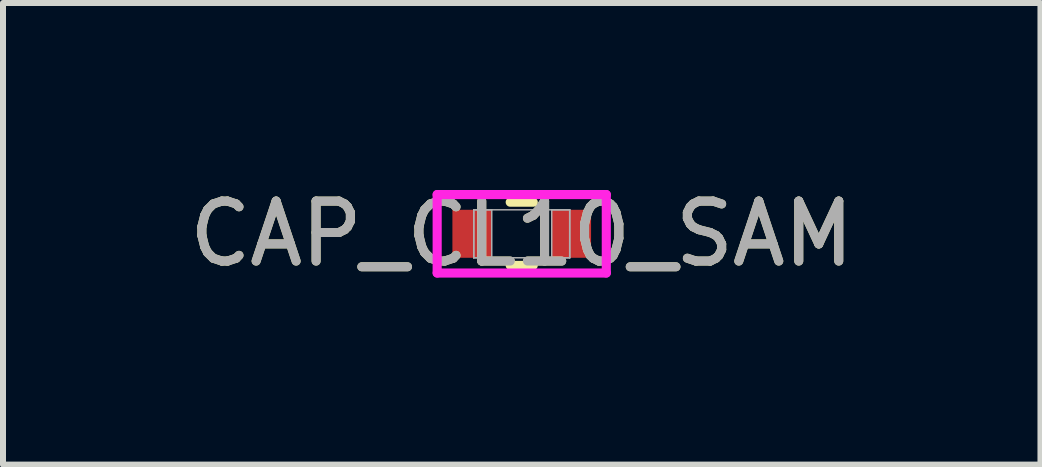
<source format=kicad_pcb>
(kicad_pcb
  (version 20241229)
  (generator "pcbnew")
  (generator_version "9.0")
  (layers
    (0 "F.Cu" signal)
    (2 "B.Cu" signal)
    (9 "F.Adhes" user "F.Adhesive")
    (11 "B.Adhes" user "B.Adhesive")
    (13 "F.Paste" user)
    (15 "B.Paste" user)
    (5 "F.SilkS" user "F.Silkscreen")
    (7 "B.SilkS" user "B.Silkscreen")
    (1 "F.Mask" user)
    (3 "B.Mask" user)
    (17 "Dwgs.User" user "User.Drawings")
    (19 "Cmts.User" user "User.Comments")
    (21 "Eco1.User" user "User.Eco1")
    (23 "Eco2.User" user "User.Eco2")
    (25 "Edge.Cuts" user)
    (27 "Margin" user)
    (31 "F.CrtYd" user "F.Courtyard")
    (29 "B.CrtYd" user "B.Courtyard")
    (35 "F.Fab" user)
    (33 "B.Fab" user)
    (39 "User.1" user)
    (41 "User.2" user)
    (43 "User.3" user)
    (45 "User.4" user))
  (footprint "CAP_CL10_SAM"
    (layer "F.Cu")
    (at 5.649 0.848)
    (property "Reference" "CAP_CL10_SAM" (at 0 0 0) (unlocked yes) (layer "F.SilkS") (effects (font (size 1 1) (thickness 0.15))))
    (attr smd)
    (fp_line (start -0.192 0.527) (end 0.192 0.527) (stroke (width 0.152) (type solid)) (layer "F.SilkS"))
    (fp_line (start 0.192 -0.527) (end -0.192 -0.527) (stroke (width 0.152) (type solid)) (layer "F.SilkS"))
    (fp_line (start -1.41 -0.654) (end 1.41 -0.654) (stroke (width 0.152) (type solid)) (layer "F.CrtYd"))
    (fp_line (start -1.41 0.654) (end -1.41 -0.654) (stroke (width 0.152) (type solid)) (layer "F.CrtYd"))
    (fp_line (start 1.41 -0.654) (end 1.41 0.654) (stroke (width 0.152) (type solid)) (layer "F.CrtYd"))
    (fp_line (start 1.41 0.654) (end -1.41 0.654) (stroke (width 0.152) (type solid)) (layer "F.CrtYd"))
    (fp_line (start -0.8 -0.4) (end -0.8 0.4) (stroke (width 0.025) (type solid)) (layer "F.Fab"))
    (fp_line (start -0.8 -0.4) (end -0.8 0.4) (stroke (width 0.025) (type solid)) (layer "F.Fab"))
    (fp_line (start -0.8 0.4) (end -0.5 0.4) (stroke (width 0.025) (type solid)) (layer "F.Fab"))
    (fp_line (start -0.8 0.4) (end 0.8 0.4) (stroke (width 0.025) (type solid)) (layer "F.Fab"))
    (fp_line (start -0.5 -0.4) (end -0.8 -0.4) (stroke (width 0.025) (type solid)) (layer "F.Fab"))
    (fp_line (start -0.5 0.4) (end -0.5 -0.4) (stroke (width 0.025) (type solid)) (layer "F.Fab"))
    (fp_line (start 0.5 -0.4) (end 0.5 0.4) (stroke (width 0.025) (type solid)) (layer "F.Fab"))
    (fp_line (start 0.5 0.4) (end 0.8 0.4) (stroke (width 0.025) (type solid)) (layer "F.Fab"))
    (fp_line (start 0.8 -0.4) (end -0.8 -0.4) (stroke (width 0.025) (type solid)) (layer "F.Fab"))
    (fp_line (start 0.8 -0.4) (end 0.5 -0.4) (stroke (width 0.025) (type solid)) (layer "F.Fab"))
    (fp_line (start 0.8 0.4) (end 0.8 -0.4) (stroke (width 0.025) (type solid)) (layer "F.Fab"))
    (fp_line (start 0.8 0.4) (end 0.8 -0.4) (stroke (width 0.025) (type solid)) (layer "F.Fab"))
    (fp_circle (center -0.701 0) (end -0.701 0) (stroke (width 0.025) (type solid)) (fill no) (layer "F.Fab"))
    (fp_text user "${REFERENCE}" (at 0 0 0) (unlocked yes) (layer "F.Fab") (effects (font (size 1 1) (thickness 0.15))))
    (pad "1" smd rect (at -0.828 0) (size 0.656 0.8) (layers "F.Cu" "F.Mask" "F.Paste"))
    (pad "2" smd rect (at 0.828 0) (size 0.656 0.8) (layers "F.Cu" "F.Mask" "F.Paste"))
    (zone (net_name "") (layer "F.Cu") (hatch full 0.508) (connect_pads) (min_thickness 0.254) (filled_areas_thickness no) (keepout (tracks not_allowed) (vias not_allowed) (pads allowed) (copperpour not_allowed) (footprints allowed)) (placement (enabled no)) (fill) (polygon (pts (xy 5.2 0.499) (xy 6.098 0.499) (xy 6.098 1.197) (xy 5.2 1.197)))))
  (gr_rect
    (start -3 -3)
    (end 14.298 4.697)
    (stroke (width 0.1) (type default))
    (fill no)
    (layer "Edge.Cuts")))
</source>
